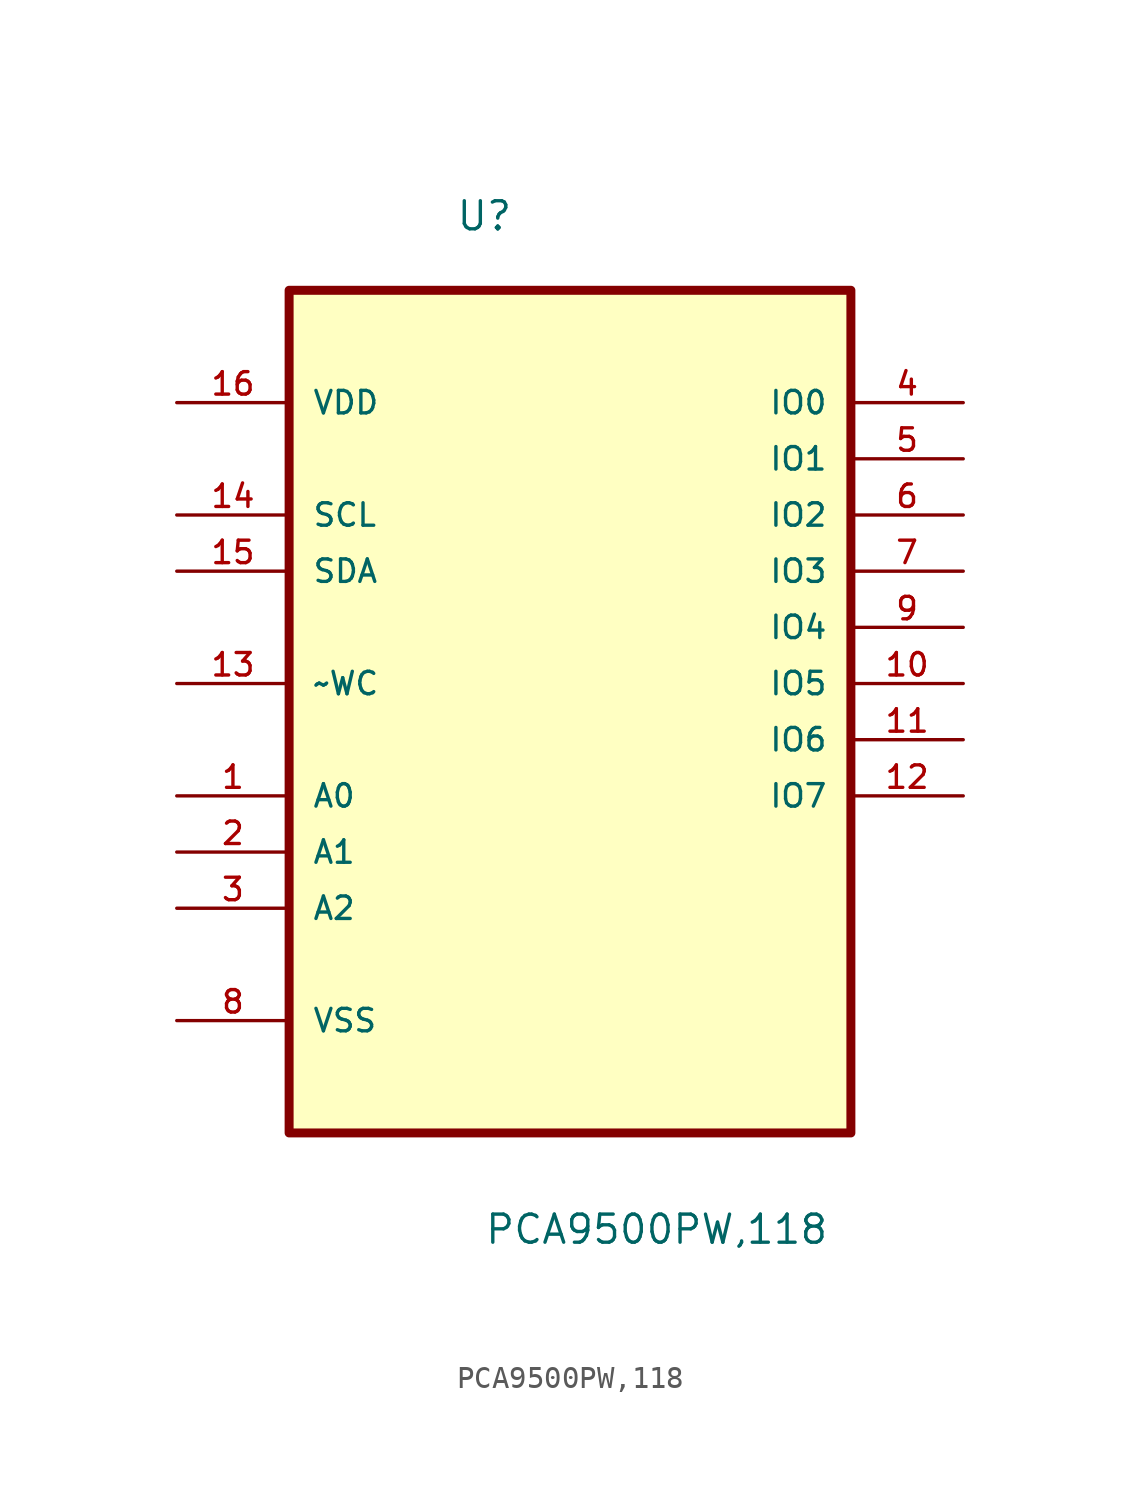
<source format=kicad_sym>
(kicad_symbol_lib
  (version 20211014)
  (generator kicad_symbol_editor)
  (symbol "PCA9500PW,118"
    (pin_names
      (offset 1.016))
    (property "Reference" "U"
      (at -5.182 17.856 0.0)
      (effects (font (size 1.27 1.27)) (justify bottom left)))
    (property "Value" "PCA9500PW,118"
      (at -3.893 -27.963 0.0)
      (effects (font (size 1.27 1.27)) (justify bottom left)))
    (symbol "PCA9500PW,118_0_0"
      (rectangle (start -12.7 -22.86) (end 12.7 15.24) (stroke (width 0.406)) (fill (type background)))
      (pin power_in line (at -17.78 10.16 0) (length 5.08) (name "VDD" (effects (font (size 1.016 1.016)))) (number "16" (effects (font (size 1.016 1.016)))))
      (pin input line (at -17.78 5.08 0) (length 5.08) (name "SCL" (effects (font (size 1.016 1.016)))) (number "14" (effects (font (size 1.016 1.016)))))
      (pin bidirectional line (at -17.78 2.54 0) (length 5.08) (name "SDA" (effects (font (size 1.016 1.016)))) (number "15" (effects (font (size 1.016 1.016)))))
      (pin input line (at -17.78 -2.54 0) (length 5.08) (name "~WC" (effects (font (size 1.016 1.016)))) (number "13" (effects (font (size 1.016 1.016)))))
      (pin input line (at -17.78 -7.62 0) (length 5.08) (name "A0" (effects (font (size 1.016 1.016)))) (number "1" (effects (font (size 1.016 1.016)))))
      (pin input line (at -17.78 -10.16 0) (length 5.08) (name "A1" (effects (font (size 1.016 1.016)))) (number "2" (effects (font (size 1.016 1.016)))))
      (pin input line (at -17.78 -12.7 0) (length 5.08) (name "A2" (effects (font (size 1.016 1.016)))) (number "3" (effects (font (size 1.016 1.016)))))
      (pin passive line (at -17.78 -17.78 0) (length 5.08) (name "VSS" (effects (font (size 1.016 1.016)))) (number "8" (effects (font (size 1.016 1.016)))))
      (pin bidirectional line (at 17.78 10.16 180.0) (length 5.08) (name "IO0" (effects (font (size 1.016 1.016)))) (number "4" (effects (font (size 1.016 1.016)))))
      (pin bidirectional line (at 17.78 7.62 180.0) (length 5.08) (name "IO1" (effects (font (size 1.016 1.016)))) (number "5" (effects (font (size 1.016 1.016)))))
      (pin bidirectional line (at 17.78 5.08 180.0) (length 5.08) (name "IO2" (effects (font (size 1.016 1.016)))) (number "6" (effects (font (size 1.016 1.016)))))
      (pin bidirectional line (at 17.78 2.54 180.0) (length 5.08) (name "IO3" (effects (font (size 1.016 1.016)))) (number "7" (effects (font (size 1.016 1.016)))))
      (pin bidirectional line (at 17.78 0.0 180.0) (length 5.08) (name "IO4" (effects (font (size 1.016 1.016)))) (number "9" (effects (font (size 1.016 1.016)))))
      (pin bidirectional line (at 17.78 -2.54 180.0) (length 5.08) (name "IO5" (effects (font (size 1.016 1.016)))) (number "10" (effects (font (size 1.016 1.016)))))
      (pin bidirectional line (at 17.78 -5.08 180.0) (length 5.08) (name "IO6" (effects (font (size 1.016 1.016)))) (number "11" (effects (font (size 1.016 1.016)))))
      (pin bidirectional line (at 17.78 -7.62 180.0) (length 5.08) (name "IO7" (effects (font (size 1.016 1.016)))) (number "12" (effects (font (size 1.016 1.016))))))))
</source>
